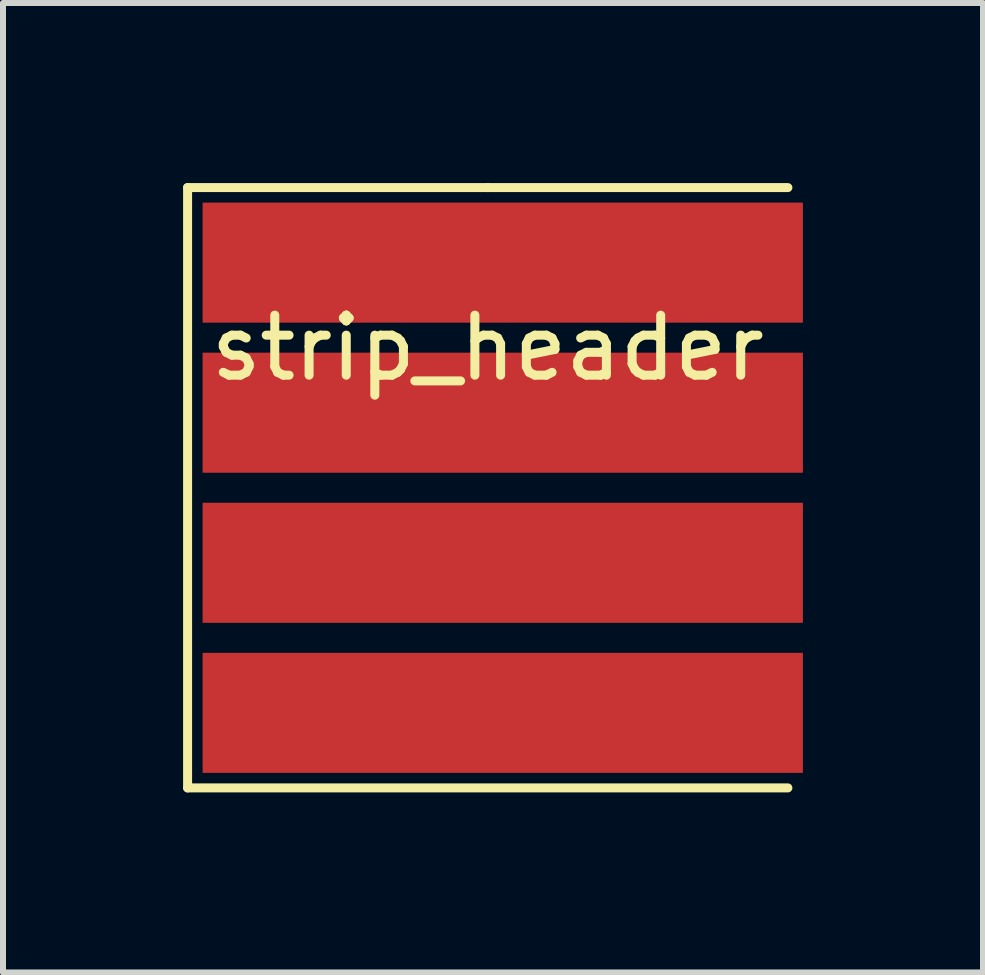
<source format=kicad_pcb>
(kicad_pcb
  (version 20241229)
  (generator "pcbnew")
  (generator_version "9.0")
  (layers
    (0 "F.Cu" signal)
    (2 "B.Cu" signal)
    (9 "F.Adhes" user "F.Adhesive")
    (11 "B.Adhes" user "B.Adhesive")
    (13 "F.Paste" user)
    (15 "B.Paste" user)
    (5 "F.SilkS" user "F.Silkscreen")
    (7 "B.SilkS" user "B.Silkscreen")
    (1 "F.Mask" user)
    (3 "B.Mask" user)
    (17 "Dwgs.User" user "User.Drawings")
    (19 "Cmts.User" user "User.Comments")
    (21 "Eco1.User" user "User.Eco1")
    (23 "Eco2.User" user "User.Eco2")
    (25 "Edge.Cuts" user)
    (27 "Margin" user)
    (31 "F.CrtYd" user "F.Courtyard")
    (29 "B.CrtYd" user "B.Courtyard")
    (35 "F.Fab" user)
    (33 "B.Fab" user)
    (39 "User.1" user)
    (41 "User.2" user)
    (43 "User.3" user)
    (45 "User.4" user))
  (footprint "strip_header"
    (layer "F.Cu")
    (at 5.075 5.075)
    (property "Reference" "strip_header" (at 0 -2.33 0) (layer "F.SilkS") (effects (font (size 1 1) (thickness 0.15))))
    (attr through_hole)
    (fp_line (start -5 -5) (end -5 5) (stroke (width 0.15) (type solid)) (layer "F.SilkS"))
    (fp_line (start -5 5) (end 5 5) (stroke (width 0.15) (type solid)) (layer "F.SilkS"))
    (fp_line (start 0 -5) (end -5 -5) (stroke (width 0.15) (type solid)) (layer "F.SilkS"))
    (fp_line (start 5 -5) (end 0 -5) (stroke (width 0.15) (type solid)) (layer "F.SilkS"))
    (pad "1" smd rect (at 0.25 -3.75) (size 10 2) (layers "F.Cu" "F.Mask" "F.Paste"))
    (pad "2" smd rect (at 0.25 -1.25) (size 10 2) (layers "F.Cu" "F.Mask" "F.Paste"))
    (pad "3" smd rect (at 0.25 1.25) (size 10 2) (layers "F.Cu" "F.Mask" "F.Paste"))
    (pad "4" smd rect (at 0.25 3.75) (size 10 2) (layers "F.Cu" "F.Mask" "F.Paste")))
  (gr_rect
    (start -3 -3)
    (end 13.325 13.15)
    (stroke (width 0.1) (type default))
    (fill no)
    (layer "Edge.Cuts")))
</source>
